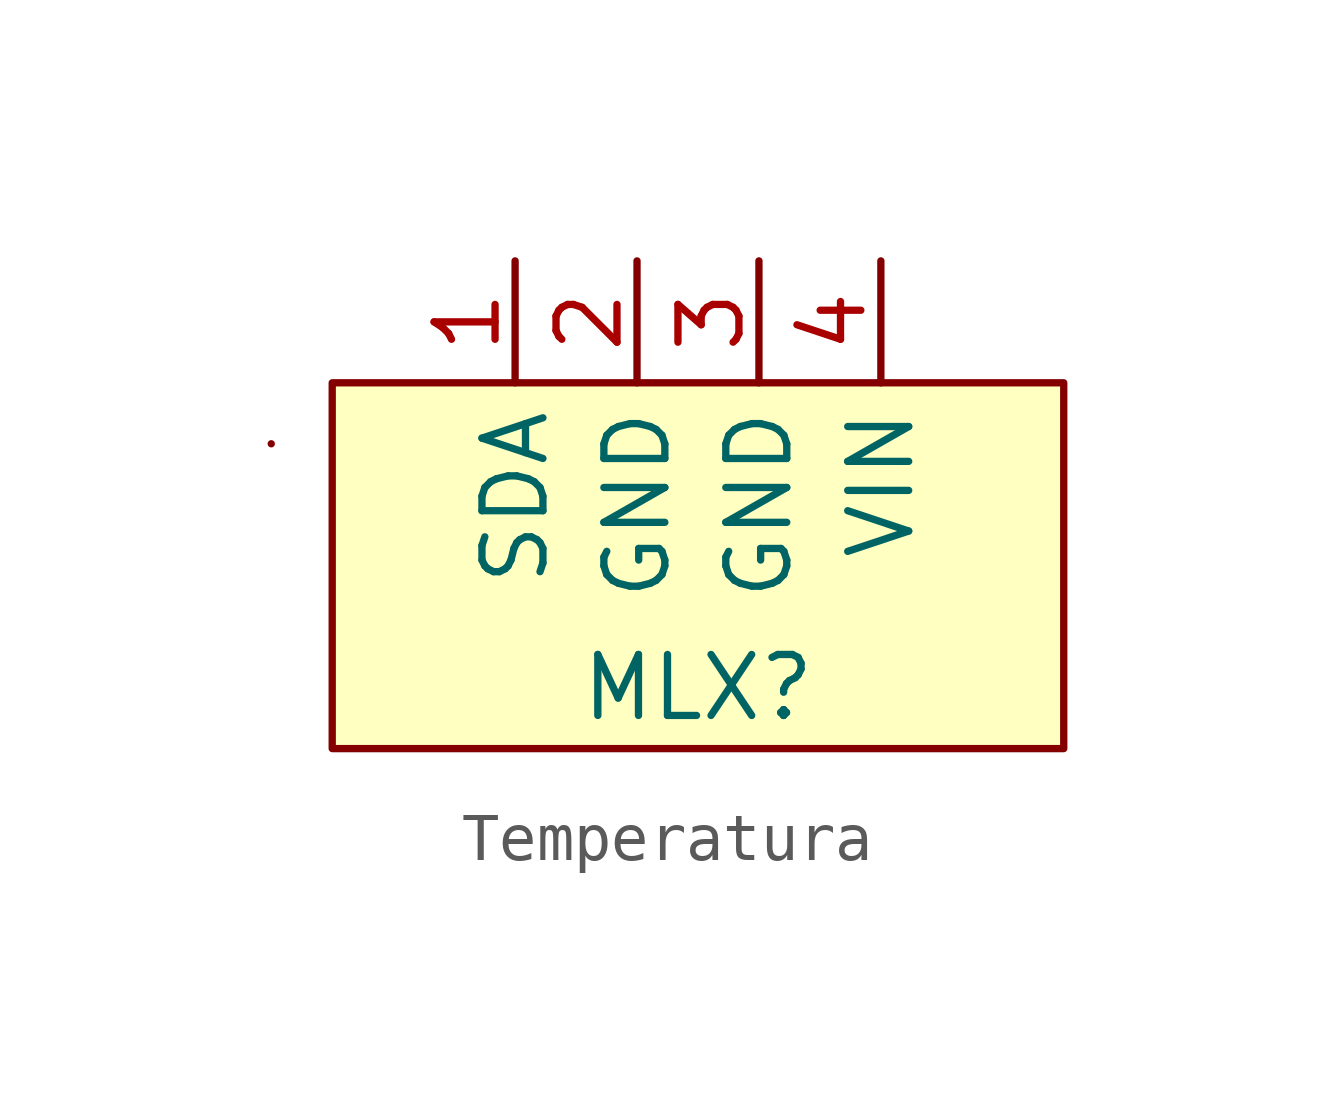
<source format=kicad_sym>
(kicad_symbol_lib
  (version 20220914)
  (generator kicad_symbol_editor)
  (symbol "Temperatura"
    (property "Reference" "MLX"
      (at 0 -8.89 0)
      (effects (font (size 1.27 1.27))))
    (property "Value" ""
      (at 0 0 0)
      (effects (font (size 1.27 1.27))))
    (symbol "Temperatura_0_1"
      (rectangle (start -8.89 -3.81) (end -8.89 -3.81) (stroke (width 0) (type default)) (fill (type none))))
    (symbol "Temperatura_1_1"
      (rectangle (start -7.62 -2.54) (end 7.62 -10.16) (stroke (width 0) (type default)) (fill (type background)))
      (pin input line (at -3.81 0 270) (length 2.54) (name "SDA" (effects (font (size 1.27 1.27)))) (number "1" (effects (font (size 1.27 1.27)))))
      (pin input line (at -1.27 0 270) (length 2.54) (name "GND" (effects (font (size 1.27 1.27)))) (number "2" (effects (font (size 1.27 1.27)))))
      (pin input line (at 1.27 0 270) (length 2.54) (name "GND" (effects (font (size 1.27 1.27)))) (number "3" (effects (font (size 1.27 1.27)))))
      (pin input line (at 3.81 0 270) (length 2.54) (name "VIN" (effects (font (size 1.27 1.27)))) (number "4" (effects (font (size 1.27 1.27))))))))
</source>
